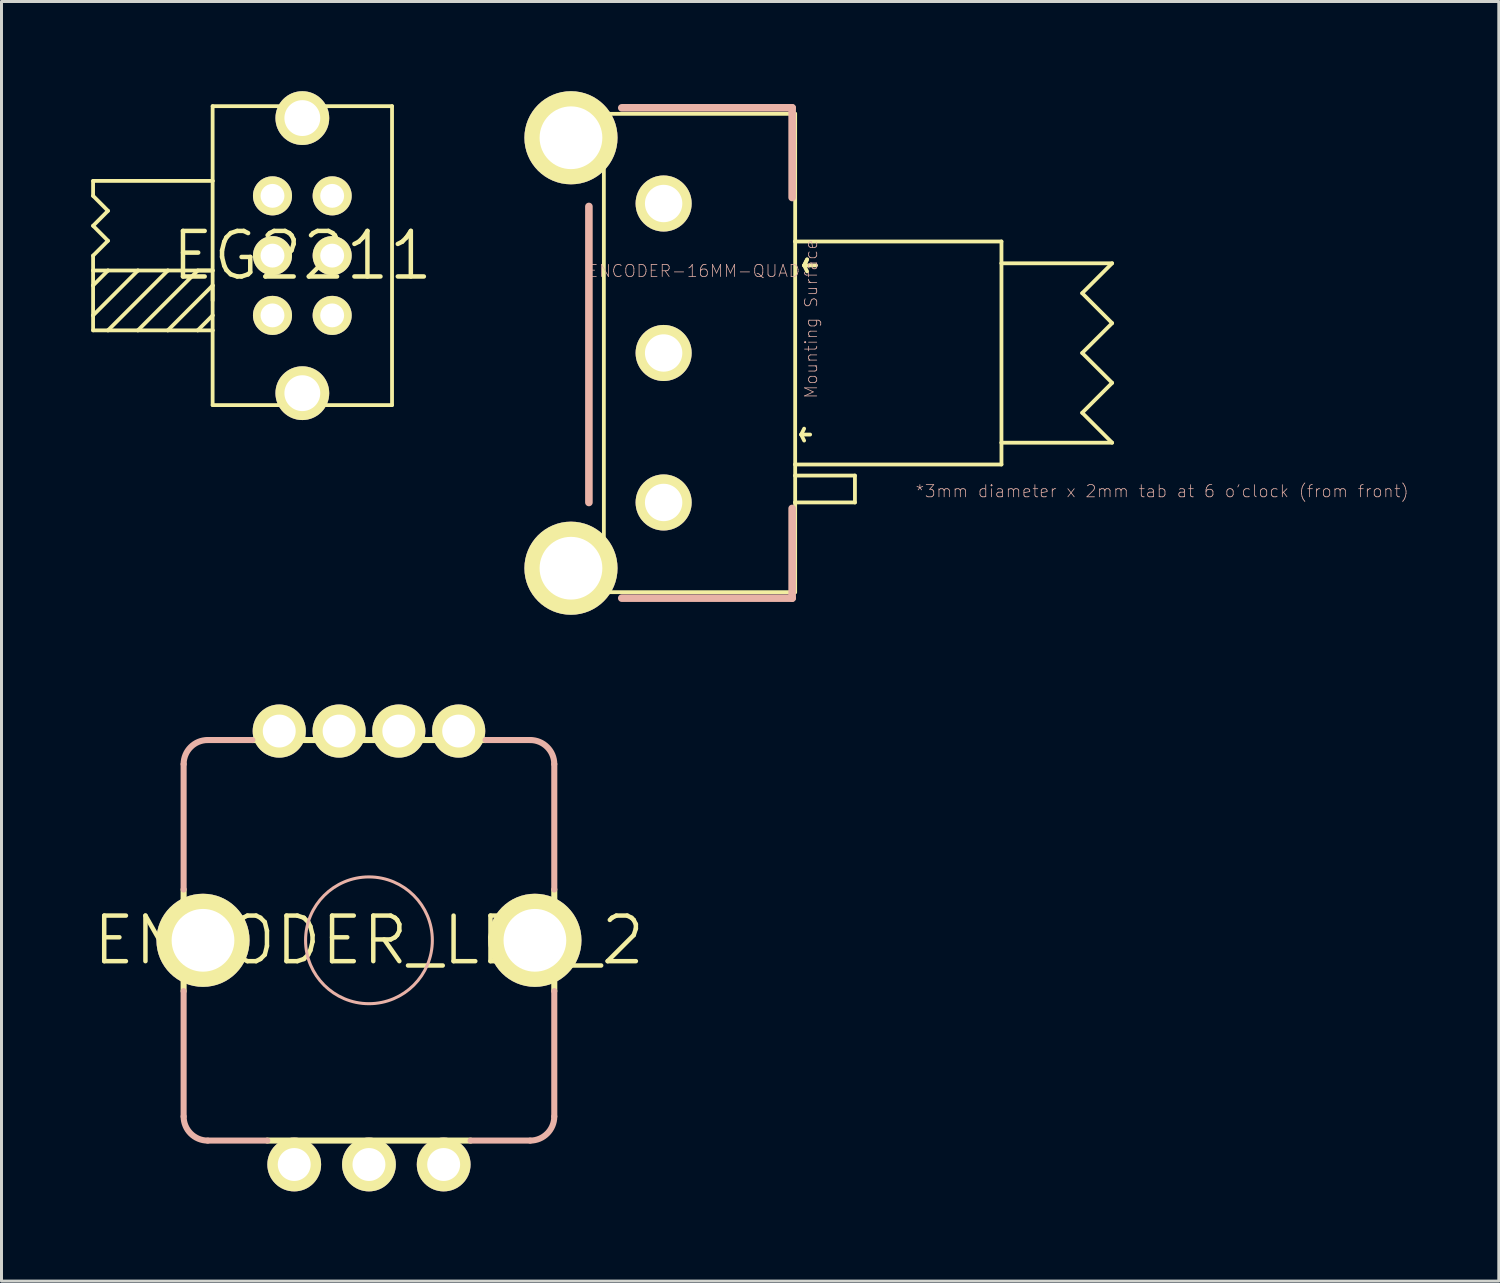
<source format=kicad_pcb>
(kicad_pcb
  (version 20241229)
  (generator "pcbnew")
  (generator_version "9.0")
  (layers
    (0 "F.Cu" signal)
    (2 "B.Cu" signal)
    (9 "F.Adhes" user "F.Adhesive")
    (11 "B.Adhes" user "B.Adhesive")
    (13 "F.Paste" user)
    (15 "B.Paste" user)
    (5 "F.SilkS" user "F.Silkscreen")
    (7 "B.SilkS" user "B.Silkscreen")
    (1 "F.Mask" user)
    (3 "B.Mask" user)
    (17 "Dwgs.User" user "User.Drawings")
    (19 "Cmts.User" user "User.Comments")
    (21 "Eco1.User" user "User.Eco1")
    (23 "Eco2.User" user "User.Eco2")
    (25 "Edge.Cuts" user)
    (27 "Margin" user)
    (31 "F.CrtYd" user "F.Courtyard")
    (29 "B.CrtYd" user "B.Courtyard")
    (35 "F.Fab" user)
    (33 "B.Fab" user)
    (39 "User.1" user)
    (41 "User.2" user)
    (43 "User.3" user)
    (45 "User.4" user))
  (footprint "ENCODER_LED_2"
    (layer "F.Cu")
    (at 9.289 28.397)
    (property "Reference" "ENCODER_LED_2" (at 0 0 0) (layer "F.SilkS") (effects (font (size 1.524 1.524) (thickness 0.15))))
    (attr exclude_from_pos_files exclude_from_bom)
    (fp_line (start -6.198 1.699) (end -6.198 -1.699) (stroke (width 0.203) (type solid)) (layer "F.SilkS"))
    (fp_line (start -3.899 -6.698) (end 3.899 -6.698) (stroke (width 0.203) (type solid)) (layer "F.SilkS"))
    (fp_line (start 3.399 6.698) (end -3.399 6.698) (stroke (width 0.203) (type solid)) (layer "F.SilkS"))
    (fp_line (start 6.198 -1.699) (end 6.198 1.699) (stroke (width 0.203) (type solid)) (layer "F.SilkS"))
    (fp_line (start -6.198 -1.699) (end -6.198 -5.893) (stroke (width 0.203) (type solid)) (layer "B.SilkS"))
    (fp_line (start -6.198 1.699) (end -6.198 5.893) (stroke (width 0.203) (type solid)) (layer "B.SilkS"))
    (fp_line (start -5.392 -6.698) (end -3.899 -6.698) (stroke (width 0.203) (type solid)) (layer "B.SilkS"))
    (fp_line (start -5.392 6.698) (end -3.399 6.698) (stroke (width 0.203) (type solid)) (layer "B.SilkS"))
    (fp_line (start 5.392 -6.698) (end 3.899 -6.698) (stroke (width 0.203) (type solid)) (layer "B.SilkS"))
    (fp_line (start 5.392 6.698) (end 3.399 6.698) (stroke (width 0.203) (type solid)) (layer "B.SilkS"))
    (fp_line (start 6.198 -1.699) (end 6.198 -5.893) (stroke (width 0.203) (type solid)) (layer "B.SilkS"))
    (fp_line (start 6.198 1.699) (end 6.198 5.893) (stroke (width 0.203) (type solid)) (layer "B.SilkS"))
    (fp_arc (start -6.1976 -5.8928) (mid -5.961768 -6.462148) (end -5.39242 -6.69798) (stroke (width 0.2032) (type solid)) (layer "B.SilkS"))
    (fp_arc (start -5.39242 6.69798) (mid -5.961768 6.462148) (end -6.1976 5.8928) (stroke (width 0.2032) (type solid)) (layer "B.SilkS"))
    (fp_arc (start 5.39242 -6.69798) (mid 5.961768 -6.462148) (end 6.1976 -5.8928) (stroke (width 0.2032) (type solid)) (layer "B.SilkS"))
    (fp_arc (start 6.1976 5.8928) (mid 5.961768 6.462148) (end 5.39242 6.69798) (stroke (width 0.2032) (type solid)) (layer "B.SilkS"))
    (fp_circle (center 0 0) (end -1.499 1.499) (stroke (width 0.102) (type solid)) (fill no) (layer "B.SilkS"))
    (pad "+G" thru_hole circle (at 0.998 -6.998) (size 1.778 1.778) (drill 1.1) (layers "*.Cu" "F.Mask" "F.SilkS" "F.Paste"))
    (pad "+R" thru_hole circle (at -0.998 -6.998) (size 1.778 1.778) (drill 1.1) (layers "*.Cu" "F.Mask" "F.SilkS" "F.Paste"))
    (pad "A" thru_hole circle (at -2.499 7.498) (size 1.798 1.798) (drill 1.1) (layers "*.Cu" "F.Mask" "F.SilkS" "F.Paste"))
    (pad "B" thru_hole circle (at 2.499 7.498) (size 1.798 1.798) (drill 1.1) (layers "*.Cu" "F.Mask" "F.SilkS" "F.Paste"))
    (pad "C" thru_hole circle (at 0 7.498) (size 1.798 1.798) (drill 1.1) (layers "*.Cu" "F.Mask" "F.SilkS" "F.Paste"))
    (pad "GND" thru_hole circle (at 3 -6.998) (size 1.778 1.778) (drill 1.1) (layers "*.Cu" "F.Mask" "F.SilkS" "F.Paste"))
    (pad "P$1" thru_hole circle (at -5.55 0) (size 3.114 3.114) (drill 2.098) (layers "*.Cu" "F.Mask" "F.SilkS" "F.Paste"))
    (pad "P$2" thru_hole circle (at 5.55 0) (size 3.114 3.114) (drill 2.098) (layers "*.Cu" "F.Mask" "F.SilkS" "F.Paste"))
    (pad "SW" thru_hole circle (at -3 -6.998) (size 1.778 1.778) (drill 1.1) (layers "*.Cu" "F.Mask" "F.SilkS" "F.Paste")))
  (footprint "EG2211"
    (layer "F.Cu")
    (at 7.061 5.499)
    (property "Reference" "EG2211" (at 0 0 0) (layer "F.SilkS") (effects (font (size 1.524 1.524) (thickness 0.15))))
    (attr exclude_from_pos_files exclude_from_bom)
    (fp_line (start -6.998 -2.499) (end -6.998 -1.999) (stroke (width 0.127) (type solid)) (layer "F.SilkS"))
    (fp_line (start -6.998 -1.999) (end -6.5 -1.499) (stroke (width 0.127) (type solid)) (layer "F.SilkS"))
    (fp_line (start -6.998 -0.998) (end -6.5 -0.498) (stroke (width 0.127) (type solid)) (layer "F.SilkS"))
    (fp_line (start -6.998 0) (end -6.998 0.498) (stroke (width 0.127) (type solid)) (layer "F.SilkS"))
    (fp_line (start -6.998 0.498) (end -6.5 0.498) (stroke (width 0.127) (type solid)) (layer "F.SilkS"))
    (fp_line (start -6.998 0.998) (end -6.998 0.498) (stroke (width 0.127) (type solid)) (layer "F.SilkS"))
    (fp_line (start -6.998 1.999) (end -6.998 0.998) (stroke (width 0.127) (type solid)) (layer "F.SilkS"))
    (fp_line (start -6.998 2.499) (end -6.998 1.999) (stroke (width 0.127) (type solid)) (layer "F.SilkS"))
    (fp_line (start -6.5 -1.499) (end -6.998 -0.998) (stroke (width 0.127) (type solid)) (layer "F.SilkS"))
    (fp_line (start -6.5 -0.498) (end -6.998 0) (stroke (width 0.127) (type solid)) (layer "F.SilkS"))
    (fp_line (start -6.5 0.498) (end -6.998 0.998) (stroke (width 0.127) (type solid)) (layer "F.SilkS"))
    (fp_line (start -6.5 0.498) (end -5.499 0.498) (stroke (width 0.127) (type solid)) (layer "F.SilkS"))
    (fp_line (start -6.5 2.499) (end -6.998 2.499) (stroke (width 0.127) (type solid)) (layer "F.SilkS"))
    (fp_line (start -5.499 0.498) (end -6.998 1.999) (stroke (width 0.127) (type solid)) (layer "F.SilkS"))
    (fp_line (start -5.499 0.498) (end -4.498 0.498) (stroke (width 0.127) (type solid)) (layer "F.SilkS"))
    (fp_line (start -5.499 2.499) (end -6.5 2.499) (stroke (width 0.127) (type solid)) (layer "F.SilkS"))
    (fp_line (start -4.498 0.498) (end -6.5 2.499) (stroke (width 0.127) (type solid)) (layer "F.SilkS"))
    (fp_line (start -4.498 0.498) (end -3 0.498) (stroke (width 0.127) (type solid)) (layer "F.SilkS"))
    (fp_line (start -4.498 2.499) (end -5.499 2.499) (stroke (width 0.127) (type solid)) (layer "F.SilkS"))
    (fp_line (start -3.498 0.498) (end -5.499 2.499) (stroke (width 0.127) (type solid)) (layer "F.SilkS"))
    (fp_line (start -3.498 2.499) (end -4.498 2.499) (stroke (width 0.127) (type solid)) (layer "F.SilkS"))
    (fp_line (start -3 -4.999) (end -3 -2.499) (stroke (width 0.127) (type solid)) (layer "F.SilkS"))
    (fp_line (start -3 -2.499) (end -6.998 -2.499) (stroke (width 0.127) (type solid)) (layer "F.SilkS"))
    (fp_line (start -3 -2.499) (end -3 0.498) (stroke (width 0.127) (type solid)) (layer "F.SilkS"))
    (fp_line (start -3 0.498) (end -3.498 0.498) (stroke (width 0.127) (type solid)) (layer "F.SilkS"))
    (fp_line (start -3 0.498) (end -3 0.998) (stroke (width 0.127) (type solid)) (layer "F.SilkS"))
    (fp_line (start -3 0.998) (end -4.498 2.499) (stroke (width 0.127) (type solid)) (layer "F.SilkS"))
    (fp_line (start -3 0.998) (end -3 1.499) (stroke (width 0.127) (type solid)) (layer "F.SilkS"))
    (fp_line (start -3 0.998) (end -3 1.999) (stroke (width 0.127) (type solid)) (layer "F.SilkS"))
    (fp_line (start -3 1.999) (end -3.498 2.499) (stroke (width 0.127) (type solid)) (layer "F.SilkS"))
    (fp_line (start -3 1.999) (end -3 2.499) (stroke (width 0.127) (type solid)) (layer "F.SilkS"))
    (fp_line (start -3 2.499) (end -3.498 2.499) (stroke (width 0.127) (type solid)) (layer "F.SilkS"))
    (fp_line (start -3 2.499) (end -3 4.999) (stroke (width 0.127) (type solid)) (layer "F.SilkS"))
    (fp_line (start -3 4.999) (end 3 4.999) (stroke (width 0.127) (type solid)) (layer "F.SilkS"))
    (fp_line (start 3 -4.999) (end -3 -4.999) (stroke (width 0.127) (type solid)) (layer "F.SilkS"))
    (fp_line (start 3 4.999) (end 3 -4.999) (stroke (width 0.127) (type solid)) (layer "F.SilkS"))
    (pad "P$7" thru_hole circle (at 0 -4.6) (size 1.798 1.798) (drill 1.199) (layers "*.Cu" "F.Mask" "F.SilkS" "F.Paste"))
    (pad "P$8" thru_hole circle (at 0 4.6) (size 1.798 1.798) (drill 1.199) (layers "*.Cu" "F.Mask" "F.SilkS" "F.Paste"))
    (pad "P1" thru_hole circle (at -0.998 0) (size 1.306 1.306) (drill 0.798) (layers "*.Cu" "F.Mask" "F.SilkS" "F.Paste"))
    (pad "P1-T" thru_hole circle (at -0.998 -1.999) (size 1.306 1.306) (drill 0.798) (layers "*.Cu" "F.Mask" "F.SilkS" "F.Paste"))
    (pad "P1-T" thru_hole circle (at -0.998 1.999) (size 1.306 1.306) (drill 0.798) (layers "*.Cu" "F.Mask" "F.SilkS" "F.Paste"))
    (pad "P2" thru_hole circle (at 0.998 0) (size 1.306 1.306) (drill 0.798) (layers "*.Cu" "F.Mask" "F.SilkS" "F.Paste"))
    (pad "P2-T" thru_hole circle (at 0.998 -1.999) (size 1.306 1.306) (drill 0.798) (layers "*.Cu" "F.Mask" "F.SilkS" "F.Paste"))
    (pad "P2-T" thru_hole circle (at 0.998 1.999) (size 1.306 1.306) (drill 0.798) (layers "*.Cu" "F.Mask" "F.SilkS" "F.Paste")))
  (footprint "ENCODER-16MM-QUAD"
    (layer "F.Cu")
    (at 19.144 8.755)
    (property "Reference" "ENCODER-16MM-QUAD" (at 1.016 -2.743 0) (layer "B.SilkS") (effects (font (size 0.406 0.406) (thickness 0.025))))
    (attr exclude_from_pos_files exclude_from_bom)
    (fp_line (start -1.999 -7.998) (end 4.399 -7.998) (stroke (width 0.127) (type solid)) (layer "F.SilkS"))
    (fp_line (start -1.999 7.998) (end -1.999 -7.998) (stroke (width 0.127) (type solid)) (layer "F.SilkS"))
    (fp_line (start 4.399 -7.998) (end 4.399 -6.998) (stroke (width 0.127) (type solid)) (layer "F.SilkS"))
    (fp_line (start 4.399 -6.998) (end 4.399 -3.729) (stroke (width 0.127) (type solid)) (layer "F.SilkS"))
    (fp_line (start 4.399 -3.729) (end 4.399 3.729) (stroke (width 0.127) (type solid)) (layer "F.SilkS"))
    (fp_line (start 4.399 -3.729) (end 11.298 -3.729) (stroke (width 0.127) (type solid)) (layer "F.SilkS"))
    (fp_line (start 4.399 3.729) (end 4.399 4.1) (stroke (width 0.127) (type solid)) (layer "F.SilkS"))
    (fp_line (start 4.399 4.1) (end 4.399 4.999) (stroke (width 0.127) (type solid)) (layer "F.SilkS"))
    (fp_line (start 4.399 4.1) (end 6.398 4.1) (stroke (width 0.127) (type solid)) (layer "F.SilkS"))
    (fp_line (start 4.399 4.999) (end 4.399 7.998) (stroke (width 0.127) (type solid)) (layer "F.SilkS"))
    (fp_line (start 4.399 7.998) (end -1.999 7.998) (stroke (width 0.127) (type solid)) (layer "F.SilkS"))
    (fp_line (start 4.6 2.728) (end 4.699 2.929) (stroke (width 0.127) (type solid)) (layer "F.SilkS"))
    (fp_line (start 4.699 -2.929) (end 4.798 -3.129) (stroke (width 0.127) (type solid)) (layer "F.SilkS"))
    (fp_line (start 4.699 -2.929) (end 4.798 -3.129) (stroke (width 0.127) (type solid)) (layer "F.SilkS"))
    (fp_line (start 4.699 -2.929) (end 4.798 -2.728) (stroke (width 0.127) (type solid)) (layer "F.SilkS"))
    (fp_line (start 4.699 2.53) (end 4.6 2.728) (stroke (width 0.127) (type solid)) (layer "F.SilkS"))
    (fp_line (start 4.9 2.728) (end 4.6 2.728) (stroke (width 0.127) (type solid)) (layer "F.SilkS"))
    (fp_line (start 5.098 -2.929) (end 4.699 -2.929) (stroke (width 0.127) (type solid)) (layer "F.SilkS"))
    (fp_line (start 6.398 4.1) (end 6.398 4.999) (stroke (width 0.127) (type solid)) (layer "F.SilkS"))
    (fp_line (start 6.398 4.999) (end 4.399 4.999) (stroke (width 0.127) (type solid)) (layer "F.SilkS"))
    (fp_line (start 11.298 -3.729) (end 11.298 -3) (stroke (width 0.127) (type solid)) (layer "F.SilkS"))
    (fp_line (start 11.298 -3) (end 11.298 3) (stroke (width 0.127) (type solid)) (layer "F.SilkS"))
    (fp_line (start 11.298 -3) (end 14.999 -3) (stroke (width 0.127) (type solid)) (layer "F.SilkS"))
    (fp_line (start 11.298 3) (end 11.298 3.729) (stroke (width 0.127) (type solid)) (layer "F.SilkS"))
    (fp_line (start 11.298 3.729) (end 4.399 3.729) (stroke (width 0.127) (type solid)) (layer "F.SilkS"))
    (fp_line (start 13.998 -1.999) (end 14.999 -0.998) (stroke (width 0.127) (type solid)) (layer "F.SilkS"))
    (fp_line (start 13.998 0) (end 14.999 0.998) (stroke (width 0.127) (type solid)) (layer "F.SilkS"))
    (fp_line (start 13.998 1.999) (end 14.999 3) (stroke (width 0.127) (type solid)) (layer "F.SilkS"))
    (fp_line (start 14.999 -3) (end 13.998 -1.999) (stroke (width 0.127) (type solid)) (layer "F.SilkS"))
    (fp_line (start 14.999 -0.998) (end 13.998 0) (stroke (width 0.127) (type solid)) (layer "F.SilkS"))
    (fp_line (start 14.999 0.998) (end 13.998 1.999) (stroke (width 0.127) (type solid)) (layer "F.SilkS"))
    (fp_line (start 14.999 3) (end 11.298 3) (stroke (width 0.127) (type solid)) (layer "F.SilkS"))
    (fp_line (start -2.499 -4.9) (end -2.499 4.999) (stroke (width 0.254) (type solid)) (layer "B.SilkS"))
    (fp_line (start -1.4 -8.199) (end 4.298 -8.199) (stroke (width 0.254) (type solid)) (layer "B.SilkS"))
    (fp_line (start -1.4 8.199) (end 4.298 8.199) (stroke (width 0.254) (type solid)) (layer "B.SilkS"))
    (fp_line (start 4.298 -8.199) (end 4.298 -5.199) (stroke (width 0.254) (type solid)) (layer "B.SilkS"))
    (fp_line (start 4.298 5.199) (end 4.298 8.199) (stroke (width 0.254) (type solid)) (layer "B.SilkS"))
    (fp_text user "Mounting Surface" (at 4.933 -1.135 90) (layer "B.SilkS") (effects (font (size 0.406 0.406) (thickness 0.025))))
    (fp_text user "*3mm diameter x 2mm tab at 6 o'clock (from front)" (at 16.67 4.623 0) (layer "B.SilkS") (effects (font (size 0.406 0.406) (thickness 0.025))))
    (pad "A" thru_hole circle (at 0 4.999) (size 1.875 1.875) (drill 1.25) (layers "*.Cu" "F.Mask" "F.SilkS" "F.Paste"))
    (pad "B" thru_hole circle (at 0 0) (size 1.875 1.875) (drill 1.25) (layers "*.Cu" "F.Mask" "F.SilkS" "F.Paste"))
    (pad "C" thru_hole circle (at 0 -4.999) (size 1.875 1.875) (drill 1.25) (layers "*.Cu" "F.Mask" "F.SilkS" "F.Paste"))
    (pad "P$1" thru_hole circle (at -3.099 -7.198) (size 3.114 3.114) (drill 2.098) (layers "*.Cu" "F.Mask" "F.SilkS" "F.Paste"))
    (pad "P$2" thru_hole circle (at -3.099 7.198) (size 3.114 3.114) (drill 2.098) (layers "*.Cu" "F.Mask" "F.SilkS" "F.Paste")))
  (gr_rect
    (start -3 -3)
    (end 47.075 39.795)
    (stroke (width 0.1) (type default))
    (fill no)
    (layer "Edge.Cuts")))
</source>
